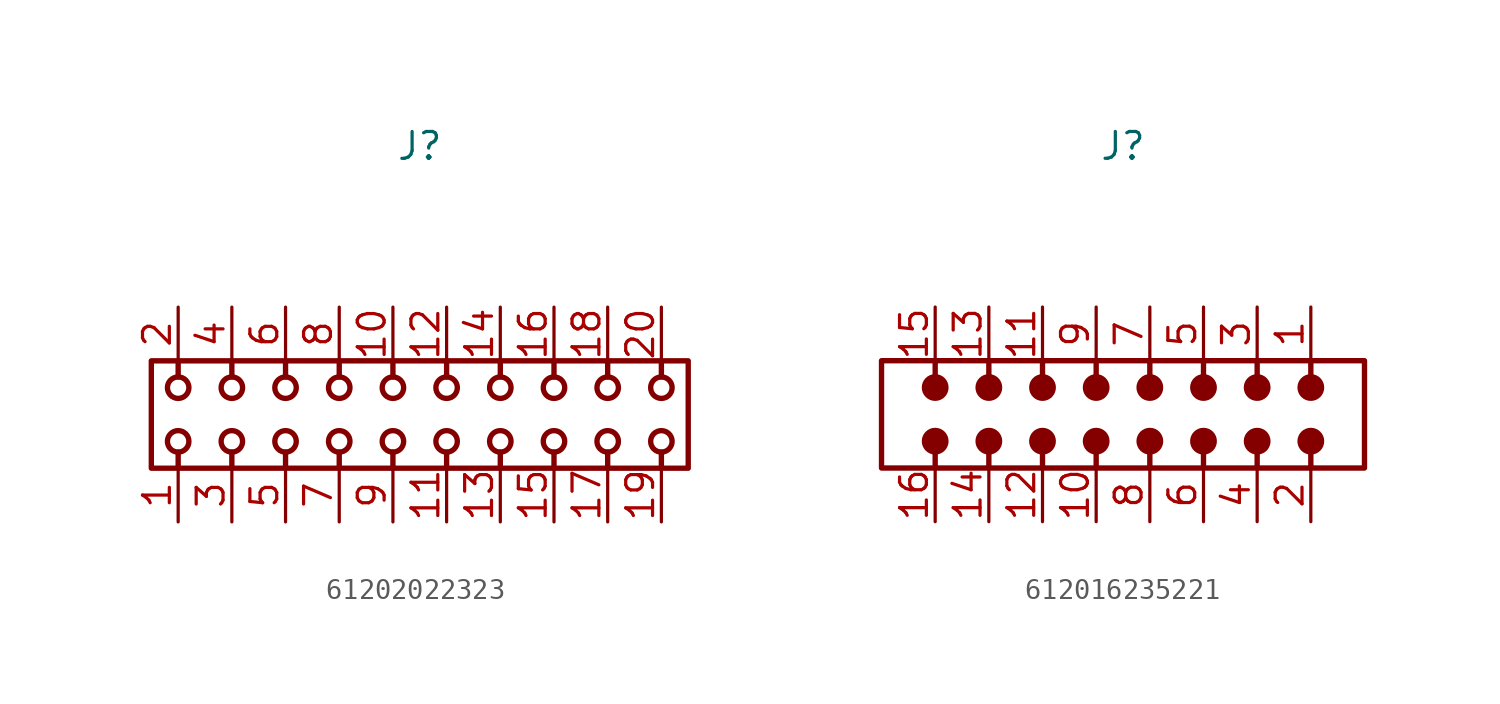
<source format=kicad_sym>
(kicad_symbol_lib
  (version 20241209)
  (generator "kicad_symbol_editor")
  (generator_version "9.0")
  (symbol "61202022323"
    (pin_names
      (hide yes))
    (property "Reference" "J"
      (at 0 12.7 0)
      (effects (font (size 1.27 1.27))))
    (symbol "61202022323_1_1"
      (rectangle (start -12.7 2.54) (end 12.7 -2.54) (stroke (width 0.254) (type solid)) (fill (type none)))
      (polyline (pts (xy -11.43 1.778) (xy -11.43 2.54)) (stroke (width 0.254) (type solid)) (fill (type none)))
      (circle (center -11.43 1.27) (radius 0.508) (stroke (width 0.254) (type solid)) (fill (type none)))
      (circle (center -11.43 -1.27) (radius 0.508) (stroke (width 0.254) (type solid)) (fill (type none)))
      (polyline (pts (xy -11.43 -1.778) (xy -11.43 -2.54)) (stroke (width 0.254) (type solid)) (fill (type none)))
      (polyline (pts (xy -8.89 1.778) (xy -8.89 2.54)) (stroke (width 0.254) (type solid)) (fill (type none)))
      (circle (center -8.89 1.27) (radius 0.508) (stroke (width 0.254) (type solid)) (fill (type none)))
      (circle (center -8.89 -1.27) (radius 0.508) (stroke (width 0.254) (type solid)) (fill (type none)))
      (polyline (pts (xy -8.89 -1.778) (xy -8.89 -2.54)) (stroke (width 0.254) (type solid)) (fill (type none)))
      (polyline (pts (xy -6.35 1.778) (xy -6.35 2.54)) (stroke (width 0.254) (type solid)) (fill (type none)))
      (circle (center -6.35 1.27) (radius 0.508) (stroke (width 0.254) (type solid)) (fill (type none)))
      (circle (center -6.35 -1.27) (radius 0.508) (stroke (width 0.254) (type solid)) (fill (type none)))
      (polyline (pts (xy -6.35 -1.778) (xy -6.35 -2.54)) (stroke (width 0.254) (type solid)) (fill (type none)))
      (polyline (pts (xy -3.81 1.778) (xy -3.81 2.54)) (stroke (width 0.254) (type solid)) (fill (type none)))
      (circle (center -3.81 1.27) (radius 0.508) (stroke (width 0.254) (type solid)) (fill (type none)))
      (circle (center -3.81 -1.27) (radius 0.508) (stroke (width 0.254) (type solid)) (fill (type none)))
      (polyline (pts (xy -3.81 -1.778) (xy -3.81 -2.54)) (stroke (width 0.254) (type solid)) (fill (type none)))
      (polyline (pts (xy -1.27 1.778) (xy -1.27 2.54)) (stroke (width 0.254) (type solid)) (fill (type none)))
      (circle (center -1.27 1.27) (radius 0.508) (stroke (width 0.254) (type solid)) (fill (type none)))
      (circle (center -1.27 -1.27) (radius 0.508) (stroke (width 0.254) (type solid)) (fill (type none)))
      (polyline (pts (xy -1.27 -1.778) (xy -1.27 -2.54)) (stroke (width 0.254) (type solid)) (fill (type none)))
      (polyline (pts (xy 1.27 1.778) (xy 1.27 2.54)) (stroke (width 0.254) (type solid)) (fill (type none)))
      (circle (center 1.27 1.27) (radius 0.508) (stroke (width 0.254) (type solid)) (fill (type none)))
      (circle (center 1.27 -1.27) (radius 0.508) (stroke (width 0.254) (type solid)) (fill (type none)))
      (polyline (pts (xy 1.27 -1.778) (xy 1.27 -2.54)) (stroke (width 0.254) (type solid)) (fill (type none)))
      (polyline (pts (xy 3.81 1.778) (xy 3.81 2.54)) (stroke (width 0.254) (type solid)) (fill (type none)))
      (circle (center 3.81 1.27) (radius 0.508) (stroke (width 0.254) (type solid)) (fill (type none)))
      (circle (center 3.81 -1.27) (radius 0.508) (stroke (width 0.254) (type solid)) (fill (type none)))
      (polyline (pts (xy 3.81 -1.778) (xy 3.81 -2.54)) (stroke (width 0.254) (type solid)) (fill (type none)))
      (polyline (pts (xy 6.35 1.778) (xy 6.35 2.54)) (stroke (width 0.254) (type solid)) (fill (type none)))
      (circle (center 6.35 1.27) (radius 0.508) (stroke (width 0.254) (type solid)) (fill (type none)))
      (circle (center 6.35 -1.27) (radius 0.508) (stroke (width 0.254) (type solid)) (fill (type none)))
      (polyline (pts (xy 6.35 -1.778) (xy 6.35 -2.54)) (stroke (width 0.254) (type solid)) (fill (type none)))
      (polyline (pts (xy 8.89 1.778) (xy 8.89 2.54)) (stroke (width 0.254) (type solid)) (fill (type none)))
      (circle (center 8.89 1.27) (radius 0.508) (stroke (width 0.254) (type solid)) (fill (type none)))
      (circle (center 8.89 -1.27) (radius 0.508) (stroke (width 0.254) (type solid)) (fill (type none)))
      (polyline (pts (xy 8.89 -1.778) (xy 8.89 -2.54)) (stroke (width 0.254) (type solid)) (fill (type none)))
      (polyline (pts (xy 11.43 1.778) (xy 11.43 2.54)) (stroke (width 0.254) (type solid)) (fill (type none)))
      (circle (center 11.43 1.27) (radius 0.508) (stroke (width 0.254) (type solid)) (fill (type none)))
      (circle (center 11.43 -1.27) (radius 0.508) (stroke (width 0.254) (type solid)) (fill (type none)))
      (polyline (pts (xy 11.43 -1.778) (xy 11.43 -2.54)) (stroke (width 0.254) (type solid)) (fill (type none)))
      (pin passive line (at -11.43 5.08 270) (length 2.54) (name "2" (effects (font (size 1.27 1.27)))) (number "2" (effects (font (size 1.27 1.27)))))
      (pin passive line (at -11.43 -5.08 90) (length 2.54) (name "1" (effects (font (size 1.27 1.27)))) (number "1" (effects (font (size 1.27 1.27)))))
      (pin passive line (at -8.89 5.08 270) (length 2.54) (name "4" (effects (font (size 1.27 1.27)))) (number "4" (effects (font (size 1.27 1.27)))))
      (pin passive line (at -8.89 -5.08 90) (length 2.54) (name "3" (effects (font (size 1.27 1.27)))) (number "3" (effects (font (size 1.27 1.27)))))
      (pin passive line (at -6.35 5.08 270) (length 2.54) (name "6" (effects (font (size 1.27 1.27)))) (number "6" (effects (font (size 1.27 1.27)))))
      (pin passive line (at -6.35 -5.08 90) (length 2.54) (name "5" (effects (font (size 1.27 1.27)))) (number "5" (effects (font (size 1.27 1.27)))))
      (pin passive line (at -3.81 5.08 270) (length 2.54) (name "8" (effects (font (size 1.27 1.27)))) (number "8" (effects (font (size 1.27 1.27)))))
      (pin passive line (at -3.81 -5.08 90) (length 2.54) (name "7" (effects (font (size 1.27 1.27)))) (number "7" (effects (font (size 1.27 1.27)))))
      (pin passive line (at -1.27 5.08 270) (length 2.54) (name "10" (effects (font (size 1.27 1.27)))) (number "10" (effects (font (size 1.27 1.27)))))
      (pin passive line (at -1.27 -5.08 90) (length 2.54) (name "9" (effects (font (size 1.27 1.27)))) (number "9" (effects (font (size 1.27 1.27)))))
      (pin passive line (at 1.27 5.08 270) (length 2.54) (name "12" (effects (font (size 1.27 1.27)))) (number "12" (effects (font (size 1.27 1.27)))))
      (pin passive line (at 1.27 -5.08 90) (length 2.54) (name "11" (effects (font (size 1.27 1.27)))) (number "11" (effects (font (size 1.27 1.27)))))
      (pin passive line (at 3.81 5.08 270) (length 2.54) (name "14" (effects (font (size 1.27 1.27)))) (number "14" (effects (font (size 1.27 1.27)))))
      (pin passive line (at 3.81 -5.08 90) (length 2.54) (name "13" (effects (font (size 1.27 1.27)))) (number "13" (effects (font (size 1.27 1.27)))))
      (pin passive line (at 6.35 5.08 270) (length 2.54) (name "16" (effects (font (size 1.27 1.27)))) (number "16" (effects (font (size 1.27 1.27)))))
      (pin passive line (at 6.35 -5.08 90) (length 2.54) (name "15" (effects (font (size 1.27 1.27)))) (number "15" (effects (font (size 1.27 1.27)))))
      (pin passive line (at 8.89 5.08 270) (length 2.54) (name "18" (effects (font (size 1.27 1.27)))) (number "18" (effects (font (size 1.27 1.27)))))
      (pin passive line (at 8.89 -5.08 90) (length 2.54) (name "17" (effects (font (size 1.27 1.27)))) (number "17" (effects (font (size 1.27 1.27)))))
      (pin passive line (at 11.43 5.08 270) (length 2.54) (name "20" (effects (font (size 1.27 1.27)))) (number "20" (effects (font (size 1.27 1.27)))))
      (pin passive line (at 11.43 -5.08 90) (length 2.54) (name "19" (effects (font (size 1.27 1.27)))) (number "19" (effects (font (size 1.27 1.27)))))))
  (symbol "612016235221"
    (pin_names
      (hide yes))
    (property "Reference" "J"
      (at 0 12.7 0)
      (effects (font (size 1.27 1.27))))
    (symbol "612016235221_1_1"
      (rectangle (start -11.43 2.54) (end 11.43 -2.54) (stroke (width 0.254) (type solid)) (fill (type none)))
      (polyline (pts (xy -8.89 1.778) (xy -8.89 2.54)) (stroke (width 0.254) (type solid)) (fill (type none)))
      (circle (center -8.89 1.27) (radius 0.508) (stroke (width 0.254) (type solid)) (fill (type outline)))
      (circle (center -8.89 -1.27) (radius 0.508) (stroke (width 0.254) (type solid)) (fill (type outline)))
      (polyline (pts (xy -8.89 -1.778) (xy -8.89 -2.54)) (stroke (width 0.254) (type solid)) (fill (type none)))
      (polyline (pts (xy -6.35 1.778) (xy -6.35 2.54)) (stroke (width 0.254) (type solid)) (fill (type none)))
      (circle (center -6.35 1.27) (radius 0.508) (stroke (width 0.254) (type solid)) (fill (type outline)))
      (circle (center -6.35 -1.27) (radius 0.508) (stroke (width 0.254) (type solid)) (fill (type outline)))
      (polyline (pts (xy -6.35 -1.778) (xy -6.35 -2.54)) (stroke (width 0.254) (type solid)) (fill (type none)))
      (polyline (pts (xy -3.81 1.778) (xy -3.81 2.54)) (stroke (width 0.254) (type solid)) (fill (type none)))
      (circle (center -3.81 1.27) (radius 0.508) (stroke (width 0.254) (type solid)) (fill (type outline)))
      (circle (center -3.81 -1.27) (radius 0.508) (stroke (width 0.254) (type solid)) (fill (type outline)))
      (polyline (pts (xy -3.81 -1.778) (xy -3.81 -2.54)) (stroke (width 0.254) (type solid)) (fill (type none)))
      (polyline (pts (xy -1.27 1.778) (xy -1.27 2.54)) (stroke (width 0.254) (type solid)) (fill (type none)))
      (circle (center -1.27 1.27) (radius 0.508) (stroke (width 0.254) (type solid)) (fill (type outline)))
      (circle (center -1.27 -1.27) (radius 0.508) (stroke (width 0.254) (type solid)) (fill (type outline)))
      (polyline (pts (xy -1.27 -1.778) (xy -1.27 -2.54)) (stroke (width 0.254) (type solid)) (fill (type none)))
      (polyline (pts (xy 1.27 1.778) (xy 1.27 2.54)) (stroke (width 0.254) (type solid)) (fill (type none)))
      (circle (center 1.27 1.27) (radius 0.508) (stroke (width 0.254) (type solid)) (fill (type outline)))
      (circle (center 1.27 -1.27) (radius 0.508) (stroke (width 0.254) (type solid)) (fill (type outline)))
      (polyline (pts (xy 1.27 -1.778) (xy 1.27 -2.54)) (stroke (width 0.254) (type solid)) (fill (type none)))
      (polyline (pts (xy 3.81 1.778) (xy 3.81 2.54)) (stroke (width 0.254) (type solid)) (fill (type none)))
      (circle (center 3.81 1.27) (radius 0.508) (stroke (width 0.254) (type solid)) (fill (type outline)))
      (circle (center 3.81 -1.27) (radius 0.508) (stroke (width 0.254) (type solid)) (fill (type outline)))
      (polyline (pts (xy 3.81 -1.778) (xy 3.81 -2.54)) (stroke (width 0.254) (type solid)) (fill (type none)))
      (polyline (pts (xy 6.35 1.778) (xy 6.35 2.54)) (stroke (width 0.254) (type solid)) (fill (type none)))
      (circle (center 6.35 1.27) (radius 0.508) (stroke (width 0.254) (type solid)) (fill (type outline)))
      (circle (center 6.35 -1.27) (radius 0.508) (stroke (width 0.254) (type solid)) (fill (type outline)))
      (polyline (pts (xy 6.35 -1.778) (xy 6.35 -2.54)) (stroke (width 0.254) (type solid)) (fill (type none)))
      (polyline (pts (xy 8.89 1.778) (xy 8.89 2.54)) (stroke (width 0.254) (type solid)) (fill (type none)))
      (circle (center 8.89 1.27) (radius 0.508) (stroke (width 0.254) (type solid)) (fill (type outline)))
      (circle (center 8.89 -1.27) (radius 0.508) (stroke (width 0.254) (type solid)) (fill (type outline)))
      (polyline (pts (xy 8.89 -1.778) (xy 8.89 -2.54)) (stroke (width 0.254) (type solid)) (fill (type none)))
      (pin passive line (at -8.89 5.08 270) (length 2.54) (name "15" (effects (font (size 1.27 1.27)))) (number "15" (effects (font (size 1.27 1.27)))))
      (pin passive line (at -8.89 -5.08 90) (length 2.54) (name "16" (effects (font (size 1.27 1.27)))) (number "16" (effects (font (size 1.27 1.27)))))
      (pin passive line (at -6.35 5.08 270) (length 2.54) (name "13" (effects (font (size 1.27 1.27)))) (number "13" (effects (font (size 1.27 1.27)))))
      (pin passive line (at -6.35 -5.08 90) (length 2.54) (name "14" (effects (font (size 1.27 1.27)))) (number "14" (effects (font (size 1.27 1.27)))))
      (pin passive line (at -3.81 5.08 270) (length 2.54) (name "11" (effects (font (size 1.27 1.27)))) (number "11" (effects (font (size 1.27 1.27)))))
      (pin passive line (at -3.81 -5.08 90) (length 2.54) (name "12" (effects (font (size 1.27 1.27)))) (number "12" (effects (font (size 1.27 1.27)))))
      (pin passive line (at -1.27 5.08 270) (length 2.54) (name "9" (effects (font (size 1.27 1.27)))) (number "9" (effects (font (size 1.27 1.27)))))
      (pin passive line (at -1.27 -5.08 90) (length 2.54) (name "10" (effects (font (size 1.27 1.27)))) (number "10" (effects (font (size 1.27 1.27)))))
      (pin passive line (at 1.27 5.08 270) (length 2.54) (name "7" (effects (font (size 1.27 1.27)))) (number "7" (effects (font (size 1.27 1.27)))))
      (pin passive line (at 1.27 -5.08 90) (length 2.54) (name "8" (effects (font (size 1.27 1.27)))) (number "8" (effects (font (size 1.27 1.27)))))
      (pin passive line (at 3.81 5.08 270) (length 2.54) (name "5" (effects (font (size 1.27 1.27)))) (number "5" (effects (font (size 1.27 1.27)))))
      (pin passive line (at 3.81 -5.08 90) (length 2.54) (name "6" (effects (font (size 1.27 1.27)))) (number "6" (effects (font (size 1.27 1.27)))))
      (pin passive line (at 6.35 5.08 270) (length 2.54) (name "3" (effects (font (size 1.27 1.27)))) (number "3" (effects (font (size 1.27 1.27)))))
      (pin passive line (at 6.35 -5.08 90) (length 2.54) (name "4" (effects (font (size 1.27 1.27)))) (number "4" (effects (font (size 1.27 1.27)))))
      (pin passive line (at 8.89 5.08 270) (length 2.54) (name "1" (effects (font (size 1.27 1.27)))) (number "1" (effects (font (size 1.27 1.27)))))
      (pin passive line (at 8.89 -5.08 90) (length 2.54) (name "2" (effects (font (size 1.27 1.27)))) (number "2" (effects (font (size 1.27 1.27))))))))
</source>
